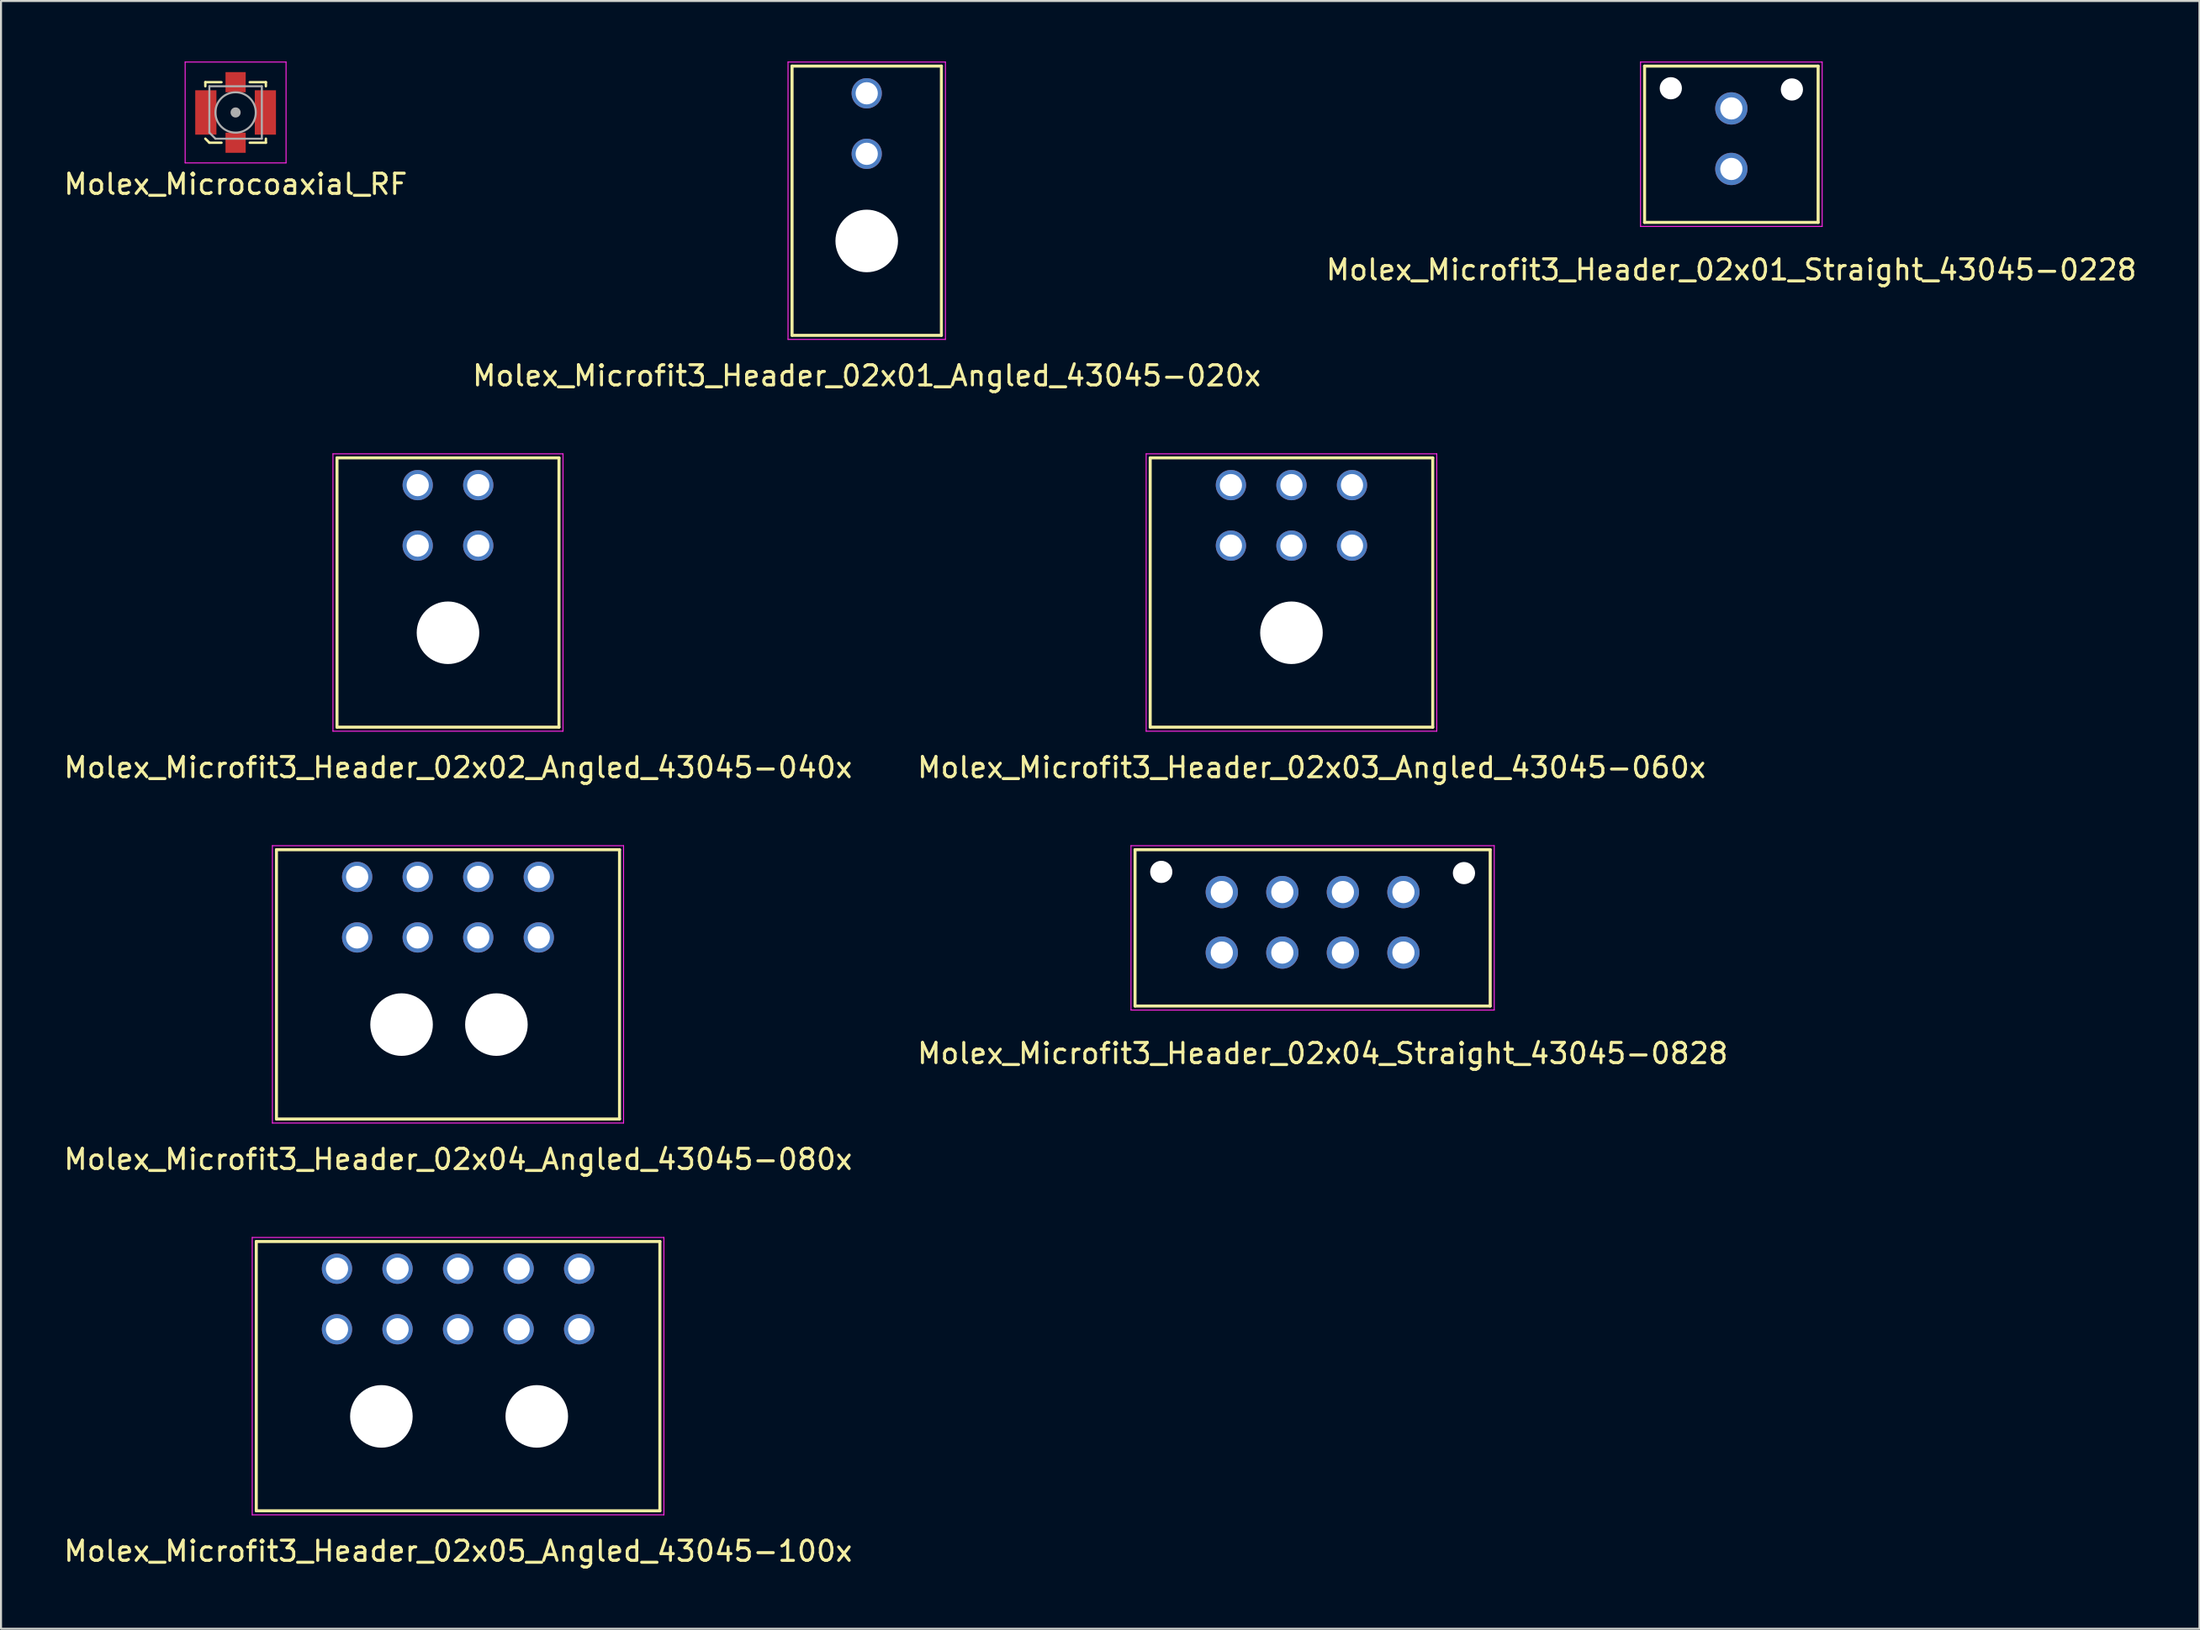
<source format=kicad_pcb>
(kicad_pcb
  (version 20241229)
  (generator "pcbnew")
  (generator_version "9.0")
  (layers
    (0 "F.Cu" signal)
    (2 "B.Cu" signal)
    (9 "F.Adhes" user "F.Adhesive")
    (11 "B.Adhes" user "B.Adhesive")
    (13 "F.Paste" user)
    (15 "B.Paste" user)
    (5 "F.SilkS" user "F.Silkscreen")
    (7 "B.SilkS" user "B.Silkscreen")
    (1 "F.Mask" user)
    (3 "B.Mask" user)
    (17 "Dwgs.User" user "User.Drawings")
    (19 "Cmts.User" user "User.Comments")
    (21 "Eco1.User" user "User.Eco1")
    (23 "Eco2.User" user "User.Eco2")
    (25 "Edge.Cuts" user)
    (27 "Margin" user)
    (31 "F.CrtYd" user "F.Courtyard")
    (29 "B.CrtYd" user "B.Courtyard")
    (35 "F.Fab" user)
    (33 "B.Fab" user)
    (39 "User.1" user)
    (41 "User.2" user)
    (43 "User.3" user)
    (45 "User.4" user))
  (footprint "Molex_Microfit3_Header_02x01_Angled_43045-020x"
    (layer "F.Cu")
    (at 39.899 4.575)
    (property "Reference" "Molex_Microfit3_Header_02x01_Angled_43045-020x" (at 0 11 0) (layer "F.SilkS") (effects (font (size 1 1) (thickness 0.15))))
    (attr through_hole)
    (fp_line (start -3.7 -4.35) (end 3.7 -4.35) (stroke (width 0.15) (type solid)) (layer "F.SilkS"))
    (fp_line (start -3.7 9) (end -3.7 -4.35) (stroke (width 0.15) (type solid)) (layer "F.SilkS"))
    (fp_line (start 3.7 -4.35) (end 3.7 9) (stroke (width 0.15) (type solid)) (layer "F.SilkS"))
    (fp_line (start 3.7 9) (end -3.7 9) (stroke (width 0.15) (type solid)) (layer "F.SilkS"))
    (fp_line (start -3.9 -4.55) (end -3.9 9.2) (stroke (width 0.05) (type solid)) (layer "F.CrtYd"))
    (fp_line (start -3.9 9.2) (end 3.9 9.2) (stroke (width 0.05) (type solid)) (layer "F.CrtYd"))
    (fp_line (start 3.9 -4.55) (end -3.9 -4.55) (stroke (width 0.05) (type solid)) (layer "F.CrtYd"))
    (fp_line (start 3.9 9.2) (end 3.9 -4.55) (stroke (width 0.05) (type solid)) (layer "F.CrtYd"))
    (pad "" np_thru_hole circle (at 0 4.32) (size 3.1 3.1) (drill 3.1) (layers "*.Cu" "*.Mask"))
    (pad "1" thru_hole circle (at 0 0) (size 1.5 1.5) (drill 1.1) (layers "*.Cu" "*.Mask"))
    (pad "2" thru_hole circle (at 0 -3) (size 1.5 1.5) (drill 1.1) (layers "*.Cu" "*.Mask")))
  (footprint "Molex_Microcoaxial_RF"
    (layer "F.Cu")
    (at 8.625 2.525)
    (property "Reference" "Molex_Microcoaxial_RF" (at 0 3.556 0) (layer "F.SilkS") (effects (font (size 1 1) (thickness 0.15))))
    (attr smd)
    (fp_line (start -1.5 -1.5) (end -0.7 -1.5) (stroke (width 0.12) (type solid)) (layer "F.SilkS"))
    (fp_line (start -1.5 -1.3) (end -1.5 -1.5) (stroke (width 0.12) (type solid)) (layer "F.SilkS"))
    (fp_line (start -1.3 1.5) (end -1.5 1.3) (stroke (width 0.12) (type solid)) (layer "F.SilkS"))
    (fp_line (start -0.7 1.5) (end -1.3 1.5) (stroke (width 0.12) (type solid)) (layer "F.SilkS"))
    (fp_line (start 0.7 -1.5) (end 1.5 -1.5) (stroke (width 0.12) (type solid)) (layer "F.SilkS"))
    (fp_line (start 1.5 -1.5) (end 1.5 -1.3) (stroke (width 0.12) (type solid)) (layer "F.SilkS"))
    (fp_line (start 1.5 1.3) (end 1.5 1.5) (stroke (width 0.12) (type solid)) (layer "F.SilkS"))
    (fp_line (start 1.5 1.5) (end 0.7 1.5) (stroke (width 0.12) (type solid)) (layer "F.SilkS"))
    (fp_line (start -2.5 -2.5) (end -2.5 2.5) (stroke (width 0.05) (type solid)) (layer "F.CrtYd"))
    (fp_line (start -2.5 2.5) (end 2.5 2.5) (stroke (width 0.05) (type solid)) (layer "F.CrtYd"))
    (fp_line (start 2.5 -2.5) (end -2.5 -2.5) (stroke (width 0.05) (type solid)) (layer "F.CrtYd"))
    (fp_line (start 2.5 2.5) (end 2.5 -2.5) (stroke (width 0.05) (type solid)) (layer "F.CrtYd"))
    (fp_line (start -1.3 -1.3) (end -1.3 1) (stroke (width 0.1) (type solid)) (layer "F.Fab"))
    (fp_line (start -1.3 -1.3) (end 1.3 -1.3) (stroke (width 0.1) (type solid)) (layer "F.Fab"))
    (fp_line (start -1.3 1) (end -1 1.3) (stroke (width 0.1) (type solid)) (layer "F.Fab"))
    (fp_line (start -1 1.3) (end 1.3 1.3) (stroke (width 0.1) (type solid)) (layer "F.Fab"))
    (fp_line (start 1.3 -1.3) (end 1.3 1.3) (stroke (width 0.1) (type solid)) (layer "F.Fab"))
    (fp_circle (center 0 0) (end 0 0.05) (stroke (width 0.1) (type solid)) (fill no) (layer "F.Fab"))
    (fp_circle (center 0 0) (end 0 0.125) (stroke (width 0.1) (type solid)) (fill no) (layer "F.Fab"))
    (fp_circle (center 0 0) (end 0 0.2) (stroke (width 0.1) (type solid)) (fill no) (layer "F.Fab"))
    (fp_circle (center 0 0) (end 1 0) (stroke (width 0.1) (type solid)) (fill no) (layer "F.Fab"))
    (pad "1" smd rect (at 0 1.5) (size 1 1) (layers "F.Cu" "F.Mask" "F.Paste"))
    (pad "2" smd rect (at -1.475 0) (size 1.05 2.2) (layers "F.Cu" "F.Mask" "F.Paste"))
    (pad "2" smd rect (at 0 -1.5) (size 1 1) (layers "F.Cu" "F.Mask" "F.Paste"))
    (pad "2" smd rect (at 1.475 0) (size 1.05 2.2) (layers "F.Cu" "F.Mask" "F.Paste")))
  (footprint "Molex_Microfit3_Header_02x05_Angled_43045-100x"
    (layer "F.Cu")
    (at 25.649 62.845)
    (property "Reference" "Molex_Microfit3_Header_02x05_Angled_43045-100x" (at -6 11 0) (layer "F.SilkS") (effects (font (size 1 1) (thickness 0.15))))
    (attr through_hole)
    (fp_line (start -16 -4.35) (end 4 -4.35) (stroke (width 0.15) (type solid)) (layer "F.SilkS"))
    (fp_line (start -16 9) (end -16 -4.35) (stroke (width 0.15) (type solid)) (layer "F.SilkS"))
    (fp_line (start 4 -4.35) (end 4 9) (stroke (width 0.15) (type solid)) (layer "F.SilkS"))
    (fp_line (start 4 9) (end -16 9) (stroke (width 0.15) (type solid)) (layer "F.SilkS"))
    (fp_line (start -16.2 -4.55) (end -16.2 9.2) (stroke (width 0.05) (type solid)) (layer "F.CrtYd"))
    (fp_line (start -16.2 9.2) (end 4.2 9.2) (stroke (width 0.05) (type solid)) (layer "F.CrtYd"))
    (fp_line (start 4.2 -4.55) (end -16.2 -4.55) (stroke (width 0.05) (type solid)) (layer "F.CrtYd"))
    (fp_line (start 4.2 9.2) (end 4.2 -4.55) (stroke (width 0.05) (type solid)) (layer "F.CrtYd"))
    (pad "" np_thru_hole circle (at -9.8 4.32) (size 3.1 3.1) (drill 3.1) (layers "*.Cu" "*.Mask"))
    (pad "" np_thru_hole circle (at -2.1 4.32) (size 3.1 3.1) (drill 3.1) (layers "*.Cu" "*.Mask"))
    (pad "1" thru_hole circle (at 0 0) (size 1.5 1.5) (drill 1.1) (layers "*.Cu" "*.Mask"))
    (pad "2" thru_hole circle (at -3 0) (size 1.5 1.5) (drill 1.1) (layers "*.Cu" "*.Mask"))
    (pad "3" thru_hole circle (at -6 0) (size 1.5 1.5) (drill 1.1) (layers "*.Cu" "*.Mask"))
    (pad "4" thru_hole circle (at -9 0) (size 1.5 1.5) (drill 1.1) (layers "*.Cu" "*.Mask"))
    (pad "5" thru_hole circle (at -12 0) (size 1.5 1.5) (drill 1.1) (layers "*.Cu" "*.Mask"))
    (pad "6" thru_hole circle (at 0 -3) (size 1.5 1.5) (drill 1.1) (layers "*.Cu" "*.Mask"))
    (pad "7" thru_hole circle (at -3 -3) (size 1.5 1.5) (drill 1.1) (layers "*.Cu" "*.Mask"))
    (pad "8" thru_hole circle (at -6 -3) (size 1.5 1.5) (drill 1.1) (layers "*.Cu" "*.Mask"))
    (pad "9" thru_hole circle (at -9 -3) (size 1.5 1.5) (drill 1.1) (layers "*.Cu" "*.Mask"))
    (pad "10" thru_hole circle (at -12 -3) (size 1.5 1.5) (drill 1.1) (layers "*.Cu" "*.Mask")))
  (footprint "Molex_Microfit3_Header_02x03_Angled_43045-060x"
    (layer "F.Cu")
    (at 63.946 23.998)
    (property "Reference" "Molex_Microfit3_Header_02x03_Angled_43045-060x" (at -2 11 0) (layer "F.SilkS") (effects (font (size 1 1) (thickness 0.15))))
    (attr through_hole)
    (fp_line (start -10 -4.35) (end 4 -4.35) (stroke (width 0.15) (type solid)) (layer "F.SilkS"))
    (fp_line (start -10 9) (end -10 -4.35) (stroke (width 0.15) (type solid)) (layer "F.SilkS"))
    (fp_line (start 4 -4.35) (end 4 9) (stroke (width 0.15) (type solid)) (layer "F.SilkS"))
    (fp_line (start 4 9) (end -10 9) (stroke (width 0.15) (type solid)) (layer "F.SilkS"))
    (fp_line (start -10.2 -4.55) (end -10.2 9.2) (stroke (width 0.05) (type solid)) (layer "F.CrtYd"))
    (fp_line (start -10.2 9.2) (end 4.2 9.2) (stroke (width 0.05) (type solid)) (layer "F.CrtYd"))
    (fp_line (start 4.2 -4.55) (end -10.2 -4.55) (stroke (width 0.05) (type solid)) (layer "F.CrtYd"))
    (fp_line (start 4.2 9.2) (end 4.2 -4.55) (stroke (width 0.05) (type solid)) (layer "F.CrtYd"))
    (pad "" np_thru_hole circle (at -3 4.32) (size 3.1 3.1) (drill 3.1) (layers "*.Cu" "*.Mask"))
    (pad "1" thru_hole circle (at 0 0) (size 1.5 1.5) (drill 1.1) (layers "*.Cu" "*.Mask"))
    (pad "2" thru_hole circle (at -3 0) (size 1.5 1.5) (drill 1.1) (layers "*.Cu" "*.Mask"))
    (pad "3" thru_hole circle (at -6 0) (size 1.5 1.5) (drill 1.1) (layers "*.Cu" "*.Mask"))
    (pad "4" thru_hole circle (at 0 -3) (size 1.5 1.5) (drill 1.1) (layers "*.Cu" "*.Mask"))
    (pad "5" thru_hole circle (at -3 -3) (size 1.5 1.5) (drill 1.1) (layers "*.Cu" "*.Mask"))
    (pad "6" thru_hole circle (at -6 -3) (size 1.5 1.5) (drill 1.1) (layers "*.Cu" "*.Mask")))
  (footprint "Molex_Microfit3_Header_02x04_Angled_43045-080x"
    (layer "F.Cu")
    (at 23.649 43.422)
    (property "Reference" "Molex_Microfit3_Header_02x04_Angled_43045-080x" (at -4 11 0) (layer "F.SilkS") (effects (font (size 1 1) (thickness 0.15))))
    (attr through_hole)
    (fp_line (start -13 -4.35) (end 4 -4.35) (stroke (width 0.15) (type solid)) (layer "F.SilkS"))
    (fp_line (start -13 9) (end -13 -4.35) (stroke (width 0.15) (type solid)) (layer "F.SilkS"))
    (fp_line (start 4 -4.35) (end 4 9) (stroke (width 0.15) (type solid)) (layer "F.SilkS"))
    (fp_line (start 4 9) (end -13 9) (stroke (width 0.15) (type solid)) (layer "F.SilkS"))
    (fp_line (start -13.2 -4.55) (end -13.2 9.2) (stroke (width 0.05) (type solid)) (layer "F.CrtYd"))
    (fp_line (start -13.2 9.2) (end 4.2 9.2) (stroke (width 0.05) (type solid)) (layer "F.CrtYd"))
    (fp_line (start 4.2 -4.55) (end -13.2 -4.55) (stroke (width 0.05) (type solid)) (layer "F.CrtYd"))
    (fp_line (start 4.2 9.2) (end 4.2 -4.55) (stroke (width 0.05) (type solid)) (layer "F.CrtYd"))
    (pad "" np_thru_hole circle (at -6.8 4.32) (size 3.1 3.1) (drill 3.1) (layers "*.Cu" "*.Mask"))
    (pad "" np_thru_hole circle (at -2.1 4.32) (size 3.1 3.1) (drill 3.1) (layers "*.Cu" "*.Mask"))
    (pad "1" thru_hole circle (at 0 0) (size 1.5 1.5) (drill 1.1) (layers "*.Cu" "*.Mask"))
    (pad "2" thru_hole circle (at -3 0) (size 1.5 1.5) (drill 1.1) (layers "*.Cu" "*.Mask"))
    (pad "3" thru_hole circle (at -6 0) (size 1.5 1.5) (drill 1.1) (layers "*.Cu" "*.Mask"))
    (pad "4" thru_hole circle (at -9 0) (size 1.5 1.5) (drill 1.1) (layers "*.Cu" "*.Mask"))
    (pad "5" thru_hole circle (at 0 -3) (size 1.5 1.5) (drill 1.1) (layers "*.Cu" "*.Mask"))
    (pad "6" thru_hole circle (at -3 -3) (size 1.5 1.5) (drill 1.1) (layers "*.Cu" "*.Mask"))
    (pad "7" thru_hole circle (at -6 -3) (size 1.5 1.5) (drill 1.1) (layers "*.Cu" "*.Mask"))
    (pad "8" thru_hole circle (at -9 -3) (size 1.5 1.5) (drill 1.1) (layers "*.Cu" "*.Mask")))
  (footprint "Molex_Microfit3_Header_02x02_Angled_43045-040x"
    (layer "F.Cu")
    (at 20.649 23.998)
    (property "Reference" "Molex_Microfit3_Header_02x02_Angled_43045-040x" (at -1 11 0) (layer "F.SilkS") (effects (font (size 1 1) (thickness 0.15))))
    (attr through_hole)
    (fp_line (start -7 -4.35) (end 4 -4.35) (stroke (width 0.15) (type solid)) (layer "F.SilkS"))
    (fp_line (start -7 9) (end -7 -4.35) (stroke (width 0.15) (type solid)) (layer "F.SilkS"))
    (fp_line (start 4 -4.35) (end 4 9) (stroke (width 0.15) (type solid)) (layer "F.SilkS"))
    (fp_line (start 4 9) (end -7 9) (stroke (width 0.15) (type solid)) (layer "F.SilkS"))
    (fp_line (start -7.2 -4.55) (end -7.2 9.2) (stroke (width 0.05) (type solid)) (layer "F.CrtYd"))
    (fp_line (start -7.2 9.2) (end 4.2 9.2) (stroke (width 0.05) (type solid)) (layer "F.CrtYd"))
    (fp_line (start 4.2 -4.55) (end -7.2 -4.55) (stroke (width 0.05) (type solid)) (layer "F.CrtYd"))
    (fp_line (start 4.2 9.2) (end 4.2 -4.55) (stroke (width 0.05) (type solid)) (layer "F.CrtYd"))
    (pad "" np_thru_hole circle (at -1.5 4.32) (size 3.1 3.1) (drill 3.1) (layers "*.Cu" "*.Mask"))
    (pad "1" thru_hole circle (at 0 0) (size 1.5 1.5) (drill 1.1) (layers "*.Cu" "*.Mask"))
    (pad "2" thru_hole circle (at -3 0) (size 1.5 1.5) (drill 1.1) (layers "*.Cu" "*.Mask"))
    (pad "3" thru_hole circle (at 0 -3) (size 1.5 1.5) (drill 1.1) (layers "*.Cu" "*.Mask"))
    (pad "4" thru_hole circle (at -3 -3) (size 1.5 1.5) (drill 1.1) (layers "*.Cu" "*.Mask")))
  (footprint "Molex_Microfit3_Header_02x04_Straight_43045-0828"
    (layer "F.Cu")
    (at 66.494 44.172)
    (property "Reference" "Molex_Microfit3_Header_02x04_Straight_43045-0828" (at -4 5 0) (layer "F.SilkS") (effects (font (size 1 1) (thickness 0.15))))
    (attr through_hole)
    (fp_line (start -13.3 2.65) (end -13.3 -5.1) (stroke (width 0.15) (type solid)) (layer "F.SilkS"))
    (fp_line (start 4.3 -5.1) (end -13.3 -5.1) (stroke (width 0.15) (type solid)) (layer "F.SilkS"))
    (fp_line (start 4.3 2.65) (end -13.3 2.65) (stroke (width 0.15) (type solid)) (layer "F.SilkS"))
    (fp_line (start 4.3 2.65) (end 4.3 -5.1) (stroke (width 0.15) (type solid)) (layer "F.SilkS"))
    (fp_line (start -13.5 2.85) (end -13.5 -5.3) (stroke (width 0.05) (type solid)) (layer "F.CrtYd"))
    (fp_line (start 4.5 -5.3) (end -13.5 -5.3) (stroke (width 0.05) (type solid)) (layer "F.CrtYd"))
    (fp_line (start 4.5 2.85) (end -13.5 2.85) (stroke (width 0.05) (type solid)) (layer "F.CrtYd"))
    (fp_line (start 4.5 2.85) (end 4.5 -5.3) (stroke (width 0.05) (type solid)) (layer "F.CrtYd"))
    (pad "" np_thru_hole circle (at -12 -4) (size 1.1 1.1) (drill 1.1) (layers "*.Cu" "*.Mask"))
    (pad "" np_thru_hole circle (at 3 -3.94) (size 1.1 1.1) (drill 1.1) (layers "*.Cu" "*.Mask"))
    (pad "1" thru_hole circle (at 0 0) (size 1.6 1.6) (drill 1.1) (layers "*.Cu" "*.Mask"))
    (pad "2" thru_hole circle (at -3 0) (size 1.6 1.6) (drill 1.1) (layers "*.Cu" "*.Mask"))
    (pad "3" thru_hole circle (at -6 0) (size 1.6 1.6) (drill 1.1) (layers "*.Cu" "*.Mask"))
    (pad "4" thru_hole circle (at -9 0) (size 1.6 1.6) (drill 1.1) (layers "*.Cu" "*.Mask"))
    (pad "5" thru_hole circle (at 0 -3) (size 1.6 1.6) (drill 1.1) (layers "*.Cu" "*.Mask"))
    (pad "6" thru_hole circle (at -3 -3) (size 1.6 1.6) (drill 1.1) (layers "*.Cu" "*.Mask"))
    (pad "7" thru_hole circle (at -6 -3) (size 1.6 1.6) (drill 1.1) (layers "*.Cu" "*.Mask"))
    (pad "8" thru_hole circle (at -9 -3) (size 1.6 1.6) (drill 1.1) (layers "*.Cu" "*.Mask")))
  (footprint "Molex_Microfit3_Header_02x01_Straight_43045-0228"
    (layer "F.Cu")
    (at 82.744 5.325)
    (property "Reference" "Molex_Microfit3_Header_02x01_Straight_43045-0228" (at 0 5 0) (layer "F.SilkS") (effects (font (size 1 1) (thickness 0.15))))
    (attr through_hole)
    (fp_line (start -4.3 2.65) (end -4.3 -5.1) (stroke (width 0.15) (type solid)) (layer "F.SilkS"))
    (fp_line (start 4.3 -5.1) (end -4.3 -5.1) (stroke (width 0.15) (type solid)) (layer "F.SilkS"))
    (fp_line (start 4.3 2.65) (end -4.3 2.65) (stroke (width 0.15) (type solid)) (layer "F.SilkS"))
    (fp_line (start 4.3 2.65) (end 4.3 -5.1) (stroke (width 0.15) (type solid)) (layer "F.SilkS"))
    (fp_line (start -4.5 2.85) (end -4.5 -5.3) (stroke (width 0.05) (type solid)) (layer "F.CrtYd"))
    (fp_line (start 4.5 -5.3) (end -4.5 -5.3) (stroke (width 0.05) (type solid)) (layer "F.CrtYd"))
    (fp_line (start 4.5 2.85) (end -4.5 2.85) (stroke (width 0.05) (type solid)) (layer "F.CrtYd"))
    (fp_line (start 4.5 2.85) (end 4.5 -5.3) (stroke (width 0.05) (type solid)) (layer "F.CrtYd"))
    (pad "" np_thru_hole circle (at -3 -4) (size 1.1 1.1) (drill 1.1) (layers "*.Cu" "*.Mask"))
    (pad "" np_thru_hole circle (at 3 -3.94) (size 1.1 1.1) (drill 1.1) (layers "*.Cu" "*.Mask"))
    (pad "1" thru_hole circle (at 0 0) (size 1.6 1.6) (drill 1.1) (layers "*.Cu" "*.Mask"))
    (pad "2" thru_hole circle (at 0 -3) (size 1.6 1.6) (drill 1.1) (layers "*.Cu" "*.Mask")))
  (gr_rect
    (start -3 -3)
    (end 105.94 77.693)
    (stroke (width 0.1) (type default))
    (fill no)
    (layer "Edge.Cuts")))
</source>
